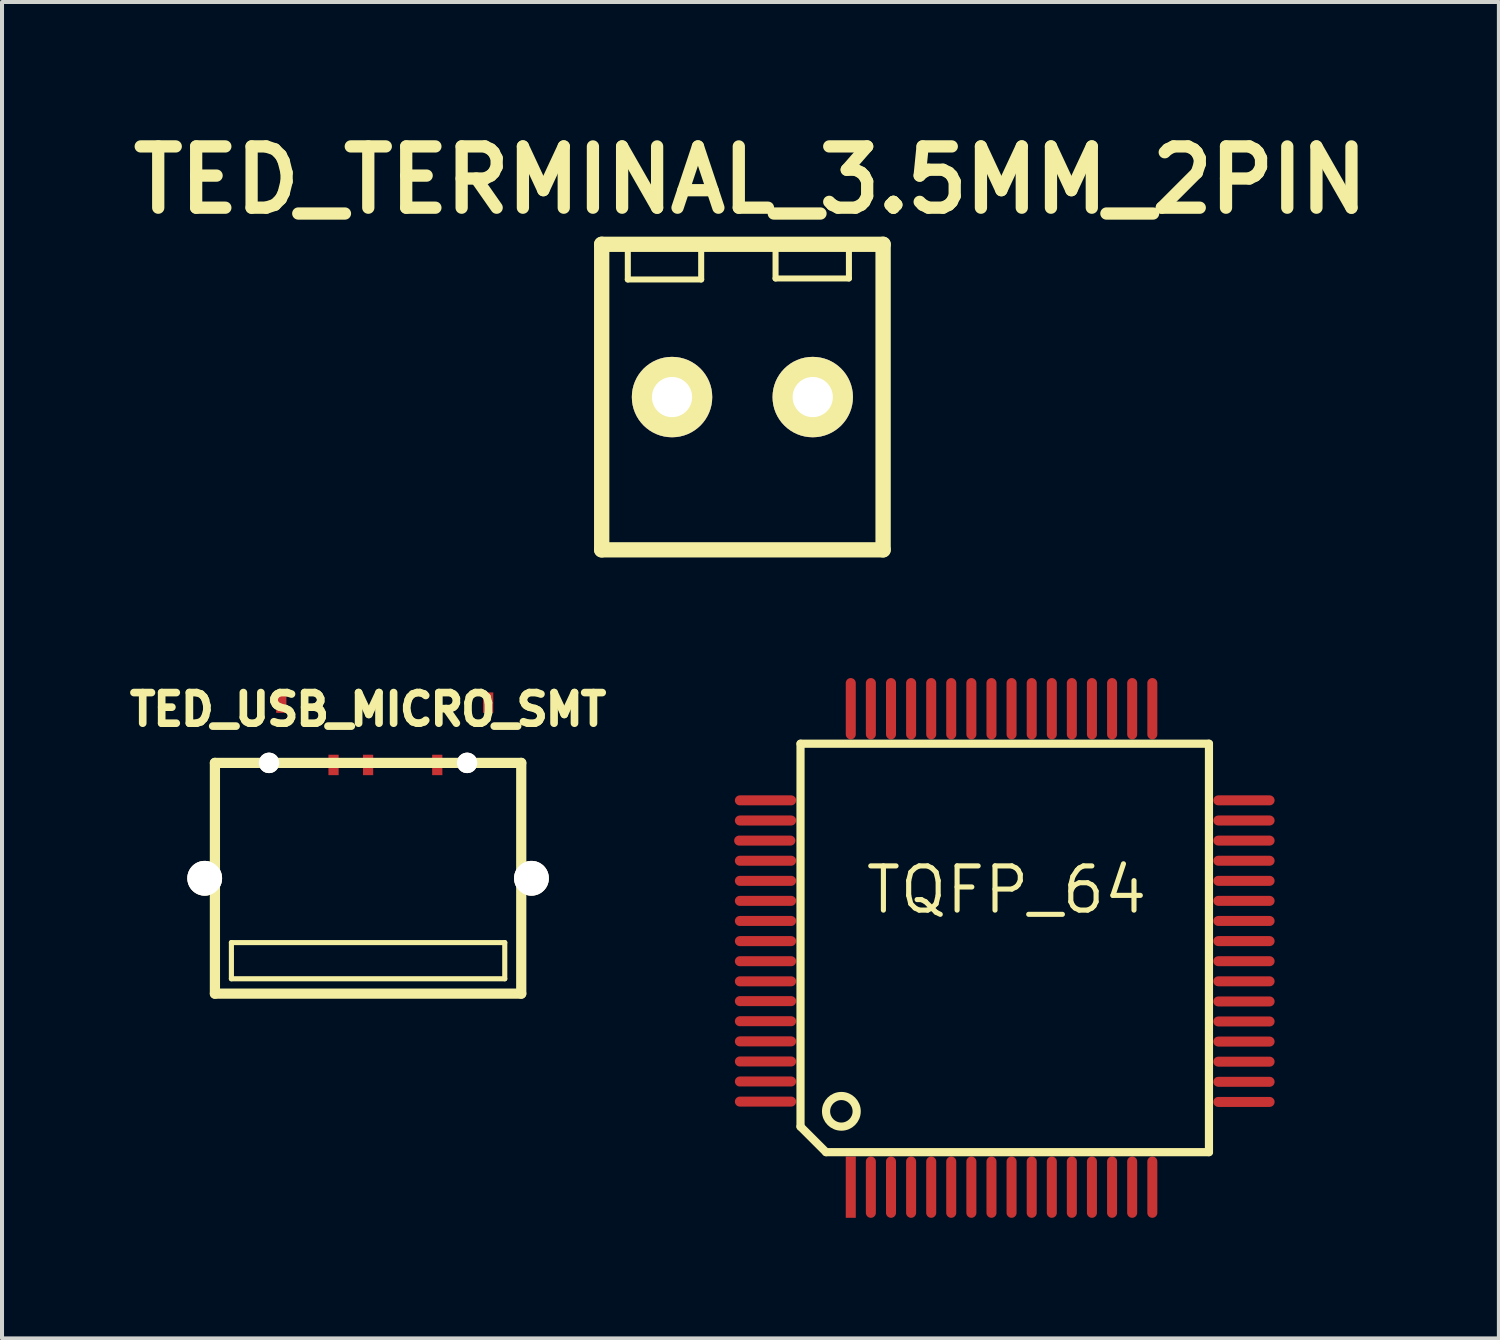
<source format=kicad_pcb>
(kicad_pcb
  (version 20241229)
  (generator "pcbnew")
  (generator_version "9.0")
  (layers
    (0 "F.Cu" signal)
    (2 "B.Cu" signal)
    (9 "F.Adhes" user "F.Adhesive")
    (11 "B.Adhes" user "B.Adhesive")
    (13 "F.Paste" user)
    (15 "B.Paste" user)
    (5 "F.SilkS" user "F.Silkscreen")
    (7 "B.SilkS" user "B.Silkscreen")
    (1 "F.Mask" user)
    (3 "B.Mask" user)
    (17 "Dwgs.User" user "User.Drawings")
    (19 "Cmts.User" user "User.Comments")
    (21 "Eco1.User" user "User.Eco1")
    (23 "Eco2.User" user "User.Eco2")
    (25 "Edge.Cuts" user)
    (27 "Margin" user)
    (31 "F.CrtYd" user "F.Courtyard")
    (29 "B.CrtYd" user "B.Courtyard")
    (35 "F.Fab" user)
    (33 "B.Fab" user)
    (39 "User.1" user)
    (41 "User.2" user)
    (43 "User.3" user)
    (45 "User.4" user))
  (footprint "TED_TERMINAL_3.5MM_2PIN"
    (layer "F.Cu")
    (at 15.417 6.827)
    (property "Reference" "TED_TERMINAL_3.5MM_2PIN" (at 0.201 -5.4 0) (layer "F.SilkS") (effects (font (size 1.524 1.524) (thickness 0.305))))
    (attr through_hole)
    (fp_line (start -3.5 -3.8) (end -3.5 3.8) (stroke (width 0.381) (type solid)) (layer "F.SilkS"))
    (fp_line (start -3.5 3.8) (end 3.5 3.8) (stroke (width 0.381) (type solid)) (layer "F.SilkS"))
    (fp_line (start -2.85 -3.725) (end -2.85 -2.925) (stroke (width 0.15) (type solid)) (layer "F.SilkS"))
    (fp_line (start -2.85 -2.925) (end -1.025 -2.925) (stroke (width 0.15) (type solid)) (layer "F.SilkS"))
    (fp_line (start -1.025 -2.925) (end -1.025 -3.75) (stroke (width 0.15) (type solid)) (layer "F.SilkS"))
    (fp_line (start 0.825 -3.75) (end 0.825 -2.95) (stroke (width 0.15) (type solid)) (layer "F.SilkS"))
    (fp_line (start 0.825 -2.95) (end 2.65 -2.95) (stroke (width 0.15) (type solid)) (layer "F.SilkS"))
    (fp_line (start 2.65 -2.95) (end 2.65 -3.775) (stroke (width 0.15) (type solid)) (layer "F.SilkS"))
    (fp_line (start 3.5 -3.8) (end -3.5 -3.8) (stroke (width 0.381) (type solid)) (layer "F.SilkS"))
    (fp_line (start 3.5 3.8) (end 3.5 -3.8) (stroke (width 0.381) (type solid)) (layer "F.SilkS"))
    (pad "1" thru_hole circle (at -1.75 0) (size 2 2) (drill 1) (layers "*.Mask" "B.Cu" "F.SilkS"))
    (pad "2" thru_hole circle (at 1.75 0) (size 2 2) (drill 1) (layers "*.Mask" "B.Cu" "F.SilkS")))
  (footprint "TQFP_64"
    (layer "F.Cu")
    (at 21.862 20.611)
    (property "Reference" "TQFP_64" (at 0.127 -1.524 0) (layer "F.SilkS") (effects (font (size 1.1 1.1) (thickness 0.127))))
    (attr through_hole)
    (fp_line (start -4.999 -5.161) (end -4.999 4.364) (stroke (width 0.203) (type solid)) (layer "F.SilkS"))
    (fp_line (start -4.999 4.364) (end -4.364 4.999) (stroke (width 0.203) (type solid)) (layer "F.SilkS"))
    (fp_line (start -4.364 4.999) (end 5.161 4.999) (stroke (width 0.203) (type solid)) (layer "F.SilkS"))
    (fp_line (start 5.161 -5.161) (end -4.999 -5.161) (stroke (width 0.203) (type solid)) (layer "F.SilkS"))
    (fp_line (start 5.161 4.999) (end 5.161 -5.161) (stroke (width 0.203) (type solid)) (layer "F.SilkS"))
    (fp_circle (center -3.983 3.983) (end -3.983 3.602) (stroke (width 0.203) (type solid)) (fill no) (layer "F.SilkS"))
    (pad "1" smd rect (at -3.749 5.87) (size 0.249 1.524) (layers "F.Cu" "F.Mask" "F.Paste"))
    (pad "2" smd oval (at -3.249 5.87) (size 0.249 1.524) (layers "F.Cu" "F.Mask" "F.Paste"))
    (pad "3" smd oval (at -2.748 5.87) (size 0.249 1.524) (layers "F.Cu" "F.Mask" "F.Paste"))
    (pad "4" smd oval (at -2.248 5.87) (size 0.249 1.524) (layers "F.Cu" "F.Mask" "F.Paste"))
    (pad "5" smd oval (at -1.748 5.87) (size 0.249 1.524) (layers "F.Cu" "F.Mask" "F.Paste"))
    (pad "6" smd oval (at -1.25 5.87) (size 0.249 1.524) (layers "F.Cu" "F.Mask" "F.Paste"))
    (pad "7" smd oval (at -0.749 5.87) (size 0.249 1.524) (layers "F.Cu" "F.Mask" "F.Paste"))
    (pad "8" smd oval (at -0.249 5.87) (size 0.249 1.524) (layers "F.Cu" "F.Mask" "F.Paste"))
    (pad "9" smd oval (at 0.251 5.87) (size 0.249 1.524) (layers "F.Cu" "F.Mask" "F.Paste"))
    (pad "10" smd oval (at 0.752 5.87) (size 0.249 1.524) (layers "F.Cu" "F.Mask" "F.Paste"))
    (pad "11" smd oval (at 1.252 5.87) (size 0.249 1.524) (layers "F.Cu" "F.Mask" "F.Paste"))
    (pad "12" smd oval (at 1.75 5.87) (size 0.249 1.524) (layers "F.Cu" "F.Mask" "F.Paste"))
    (pad "13" smd oval (at 2.25 5.87) (size 0.249 1.524) (layers "F.Cu" "F.Mask" "F.Paste"))
    (pad "14" smd oval (at 2.751 5.87) (size 0.249 1.524) (layers "F.Cu" "F.Mask" "F.Paste"))
    (pad "15" smd oval (at 3.251 5.87) (size 0.249 1.524) (layers "F.Cu" "F.Mask" "F.Paste"))
    (pad "16" smd oval (at 3.752 5.87) (size 0.249 1.524) (layers "F.Cu" "F.Mask" "F.Paste"))
    (pad "17" smd oval (at 6.032 3.749) (size 1.524 0.249) (layers "F.Cu" "F.Mask" "F.Paste"))
    (pad "18" smd oval (at 6.032 3.249) (size 1.524 0.249) (layers "F.Cu" "F.Mask" "F.Paste"))
    (pad "19" smd oval (at 6.032 2.748) (size 1.524 0.249) (layers "F.Cu" "F.Mask" "F.Paste"))
    (pad "20" smd oval (at 6.032 2.248) (size 1.524 0.249) (layers "F.Cu" "F.Mask" "F.Paste"))
    (pad "21" smd oval (at 6.032 1.748) (size 1.524 0.249) (layers "F.Cu" "F.Mask" "F.Paste"))
    (pad "22" smd oval (at 6.032 1.25) (size 1.524 0.249) (layers "F.Cu" "F.Mask" "F.Paste"))
    (pad "23" smd oval (at 6.032 0.749) (size 1.524 0.249) (layers "F.Cu" "F.Mask" "F.Paste"))
    (pad "24" smd oval (at 6.032 0.249) (size 1.524 0.249) (layers "F.Cu" "F.Mask" "F.Paste"))
    (pad "25" smd oval (at 6.032 -0.251) (size 1.524 0.249) (layers "F.Cu" "F.Mask" "F.Paste"))
    (pad "26" smd oval (at 6.032 -0.752) (size 1.524 0.249) (layers "F.Cu" "F.Mask" "F.Paste"))
    (pad "27" smd oval (at 6.032 -1.252) (size 1.524 0.249) (layers "F.Cu" "F.Mask" "F.Paste"))
    (pad "28" smd oval (at 6.032 -1.75) (size 1.524 0.249) (layers "F.Cu" "F.Mask" "F.Paste"))
    (pad "29" smd oval (at 6.032 -2.25) (size 1.524 0.249) (layers "F.Cu" "F.Mask" "F.Paste"))
    (pad "30" smd oval (at 6.032 -2.751) (size 1.524 0.249) (layers "F.Cu" "F.Mask" "F.Paste"))
    (pad "31" smd oval (at 6.032 -3.251) (size 1.524 0.249) (layers "F.Cu" "F.Mask" "F.Paste"))
    (pad "32" smd oval (at 6.032 -3.752) (size 1.524 0.249) (layers "F.Cu" "F.Mask" "F.Paste"))
    (pad "33" smd oval (at 3.752 -6.032) (size 0.249 1.524) (layers "F.Cu" "F.Mask" "F.Paste"))
    (pad "34" smd oval (at 3.251 -6.032) (size 0.249 1.524) (layers "F.Cu" "F.Mask" "F.Paste"))
    (pad "35" smd oval (at 2.751 -6.032) (size 0.249 1.524) (layers "F.Cu" "F.Mask" "F.Paste"))
    (pad "36" smd oval (at 2.25 -6.032) (size 0.249 1.524) (layers "F.Cu" "F.Mask" "F.Paste"))
    (pad "37" smd oval (at 1.75 -6.032) (size 0.249 1.524) (layers "F.Cu" "F.Mask" "F.Paste"))
    (pad "38" smd oval (at 1.252 -6.032) (size 0.249 1.524) (layers "F.Cu" "F.Mask" "F.Paste"))
    (pad "39" smd oval (at 0.752 -6.032) (size 0.249 1.524) (layers "F.Cu" "F.Mask" "F.Paste"))
    (pad "40" smd oval (at 0.251 -6.032) (size 0.249 1.524) (layers "F.Cu" "F.Mask" "F.Paste"))
    (pad "41" smd oval (at -0.249 -6.032) (size 0.249 1.524) (layers "F.Cu" "F.Mask" "F.Paste"))
    (pad "42" smd oval (at -0.749 -6.032) (size 0.249 1.524) (layers "F.Cu" "F.Mask" "F.Paste"))
    (pad "43" smd oval (at -1.25 -6.032) (size 0.249 1.524) (layers "F.Cu" "F.Mask" "F.Paste"))
    (pad "44" smd oval (at -1.748 -6.032) (size 0.249 1.524) (layers "F.Cu" "F.Mask" "F.Paste"))
    (pad "45" smd oval (at -2.248 -6.032) (size 0.249 1.524) (layers "F.Cu" "F.Mask" "F.Paste"))
    (pad "46" smd oval (at -2.748 -6.032) (size 0.249 1.524) (layers "F.Cu" "F.Mask" "F.Paste"))
    (pad "47" smd oval (at -3.249 -6.032) (size 0.249 1.524) (layers "F.Cu" "F.Mask" "F.Paste"))
    (pad "48" smd oval (at -3.749 -6.032) (size 0.249 1.524) (layers "F.Cu" "F.Mask" "F.Paste"))
    (pad "49" smd oval (at -5.87 -3.752) (size 1.524 0.249) (layers "F.Cu" "F.Mask" "F.Paste"))
    (pad "50" smd oval (at -5.87 -3.251) (size 1.524 0.249) (layers "F.Cu" "F.Mask" "F.Paste"))
    (pad "51" smd oval (at -5.888 -2.751) (size 1.524 0.249) (layers "F.Cu" "F.Mask" "F.Paste"))
    (pad "52" smd oval (at -5.87 -2.25) (size 1.524 0.249) (layers "F.Cu" "F.Mask" "F.Paste"))
    (pad "53" smd oval (at -5.87 -1.75) (size 1.524 0.249) (layers "F.Cu" "F.Mask" "F.Paste"))
    (pad "54" smd oval (at -5.87 -1.252) (size 1.524 0.249) (layers "F.Cu" "F.Mask" "F.Paste"))
    (pad "55" smd oval (at -5.87 -0.752) (size 1.524 0.249) (layers "F.Cu" "F.Mask" "F.Paste"))
    (pad "56" smd oval (at -5.87 -0.251) (size 1.524 0.249) (layers "F.Cu" "F.Mask" "F.Paste"))
    (pad "57" smd oval (at -5.87 0.249) (size 1.524 0.249) (layers "F.Cu" "F.Mask" "F.Paste"))
    (pad "58" smd oval (at -5.87 0.749) (size 1.524 0.249) (layers "F.Cu" "F.Mask" "F.Paste"))
    (pad "59" smd oval (at -5.87 1.242) (size 1.524 0.249) (layers "F.Cu" "F.Mask" "F.Paste"))
    (pad "60" smd oval (at -5.87 1.742) (size 1.524 0.249) (layers "F.Cu" "F.Mask" "F.Paste"))
    (pad "61" smd oval (at -5.87 2.243) (size 1.524 0.249) (layers "F.Cu" "F.Mask" "F.Paste"))
    (pad "62" smd oval (at -5.87 2.743) (size 1.524 0.249) (layers "F.Cu" "F.Mask" "F.Paste"))
    (pad "63" smd oval (at -5.87 3.241) (size 1.524 0.249) (layers "F.Cu" "F.Mask" "F.Paste"))
    (pad "64" smd oval (at -5.87 3.741) (size 1.524 0.249) (layers "F.Cu" "F.Mask" "F.Paste")))
  (footprint "TED_USB_MICRO_SMT"
    (layer "F.Cu")
    (at 6.106 18.797)
    (property "Reference" "TED_USB_MICRO_SMT" (at 0 -4.2 0) (layer "F.SilkS") (effects (font (size 0.762 0.762) (thickness 0.191))))
    (attr through_hole)
    (fp_line (start -3.81 -2.87) (end 3.81 -2.87) (stroke (width 0.254) (type solid)) (layer "F.SilkS"))
    (fp_line (start -3.81 2.87) (end -3.81 -2.87) (stroke (width 0.254) (type solid)) (layer "F.SilkS"))
    (fp_line (start -3.4 1.6) (end -3.4 2.5) (stroke (width 0.127) (type solid)) (layer "F.SilkS"))
    (fp_line (start -3.4 2.5) (end 3.4 2.5) (stroke (width 0.127) (type solid)) (layer "F.SilkS"))
    (fp_line (start 3.4 1.6) (end -3.4 1.6) (stroke (width 0.127) (type solid)) (layer "F.SilkS"))
    (fp_line (start 3.4 2.5) (end 3.4 1.6) (stroke (width 0.127) (type solid)) (layer "F.SilkS"))
    (fp_line (start 3.81 -2.87) (end 3.81 2.87) (stroke (width 0.254) (type solid)) (layer "F.SilkS"))
    (fp_line (start 3.81 2.87) (end -3.81 2.87) (stroke (width 0.254) (type solid)) (layer "F.SilkS"))
    (pad "1" smd rect (at -2.159 -4.369) (size 0.254 0.508) (layers "F.Cu" "F.Mask" "F.Paste"))
    (pad "2" smd rect (at -0.859 -2.819) (size 0.254 0.508) (layers "F.Cu" "F.Mask" "F.Paste"))
    (pad "3" smd rect (at 0 -2.819) (size 0.254 0.508) (layers "F.Cu" "F.Mask" "F.Paste"))
    (pad "4" smd rect (at 2.987 -4.369) (size 0.254 0.508) (layers "F.Cu" "F.Mask" "F.Paste"))
    (pad "5" smd rect (at 1.721 -2.819) (size 0.254 0.508) (layers "F.Cu" "F.Mask" "F.Paste"))
    (pad "back" thru_hole circle (at -2.464 -2.87) (size 0.508 0.508) (drill 0.508) (layers "F.Cu" "F.Mask" "F.SilkS"))
    (pad "back" thru_hole circle (at 2.464 -2.87) (size 0.508 0.508) (drill 0.508) (layers "F.Cu" "F.Mask" "F.SilkS"))
    (pad "midd" thru_hole circle (at -4.064 0) (size 0.864 0.864) (drill 0.864) (layers "F.Cu" "F.Mask" "F.SilkS"))
    (pad "midd" thru_hole circle (at 4.064 0) (size 0.864 0.864) (drill 0.864) (layers "F.Cu" "F.Mask" "F.SilkS")))
  (gr_rect
    (start -3 -3)
    (end 34.235 30.243)
    (stroke (width 0.1) (type default))
    (fill no)
    (layer "Edge.Cuts")))
</source>
